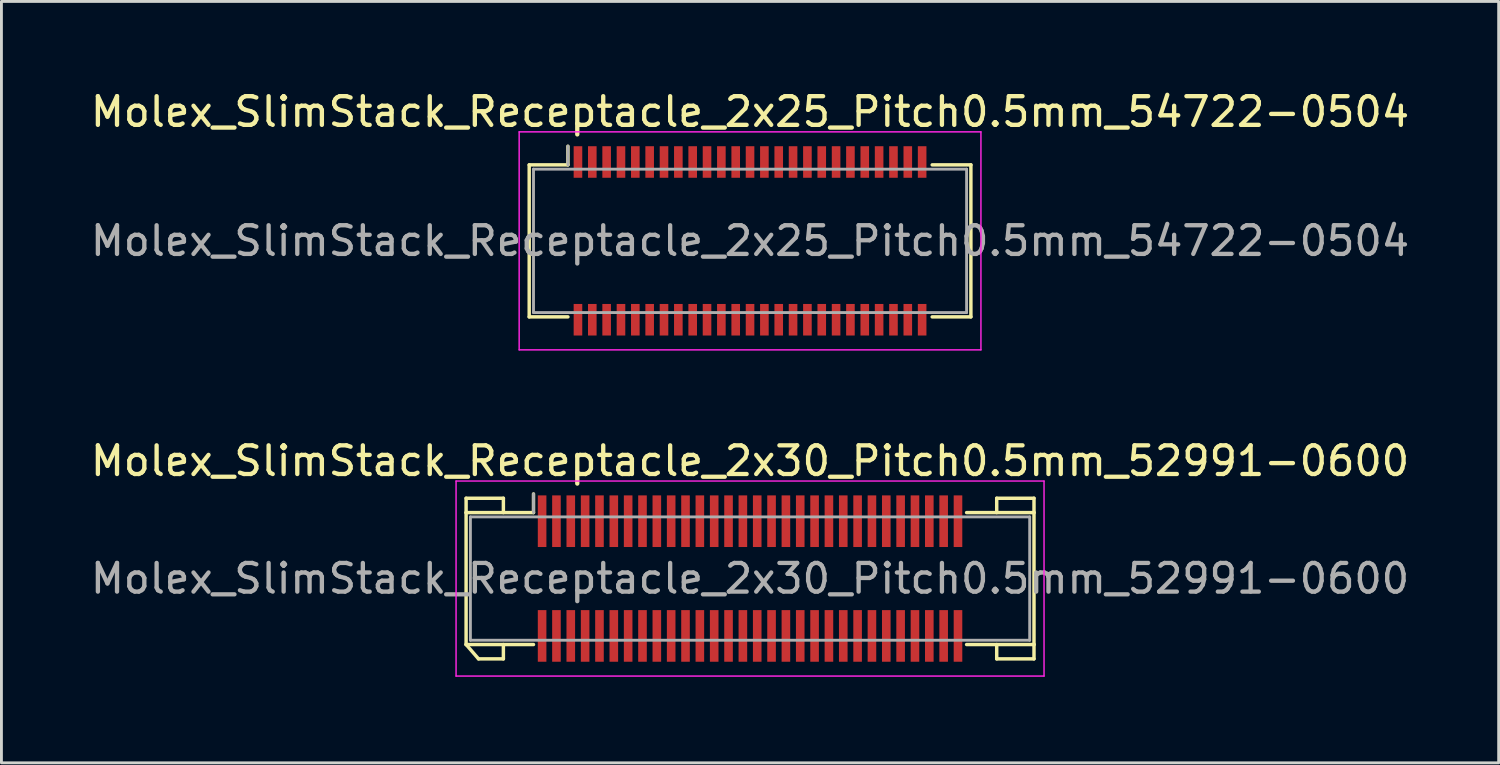
<source format=kicad_pcb>
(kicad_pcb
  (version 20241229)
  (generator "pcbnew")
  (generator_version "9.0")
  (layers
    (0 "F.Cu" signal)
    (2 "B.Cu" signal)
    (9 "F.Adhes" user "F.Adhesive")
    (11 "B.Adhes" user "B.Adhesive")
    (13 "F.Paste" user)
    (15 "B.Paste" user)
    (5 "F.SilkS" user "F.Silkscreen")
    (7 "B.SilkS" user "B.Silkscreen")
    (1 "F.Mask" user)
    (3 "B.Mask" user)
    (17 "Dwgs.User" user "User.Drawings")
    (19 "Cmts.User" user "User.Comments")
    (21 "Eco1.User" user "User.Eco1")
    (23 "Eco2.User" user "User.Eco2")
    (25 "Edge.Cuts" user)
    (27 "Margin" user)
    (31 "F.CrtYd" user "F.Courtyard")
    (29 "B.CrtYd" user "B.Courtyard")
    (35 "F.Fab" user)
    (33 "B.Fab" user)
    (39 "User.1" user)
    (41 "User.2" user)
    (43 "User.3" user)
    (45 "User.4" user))
  (footprint "Molex_SlimStack_Receptacle_2x25_Pitch0.5mm_54722-0504"
    (layer "F.Cu")
    (at 23.101 5.348)
    (property "Reference" "Molex_SlimStack_Receptacle_2x25_Pitch0.5mm_54722-0504" (at 0 -4.5 0) (layer "F.SilkS") (effects (font (size 1 1) (thickness 0.15))))
    (attr smd)
    (fp_line (start -7.7 -2.65) (end -6.35 -2.65) (stroke (width 0.12) (type solid)) (layer "F.SilkS"))
    (fp_line (start -7.7 2.65) (end -7.7 -2.65) (stroke (width 0.12) (type solid)) (layer "F.SilkS"))
    (fp_line (start -6.35 -2.65) (end -6.35 -3.3) (stroke (width 0.12) (type solid)) (layer "F.SilkS"))
    (fp_line (start -6.35 2.65) (end -7.7 2.65) (stroke (width 0.12) (type solid)) (layer "F.SilkS"))
    (fp_line (start 6.35 2.65) (end 7.7 2.65) (stroke (width 0.12) (type solid)) (layer "F.SilkS"))
    (fp_line (start 7.7 -2.65) (end 6.35 -2.65) (stroke (width 0.12) (type solid)) (layer "F.SilkS"))
    (fp_line (start 7.7 2.65) (end 7.7 -2.65) (stroke (width 0.12) (type solid)) (layer "F.SilkS"))
    (fp_line (start -8.05 -3.8) (end -8.05 3.8) (stroke (width 0.05) (type solid)) (layer "F.CrtYd"))
    (fp_line (start -8.05 3.8) (end 8.05 3.8) (stroke (width 0.05) (type solid)) (layer "F.CrtYd"))
    (fp_line (start 8.05 -3.8) (end -8.05 -3.8) (stroke (width 0.05) (type solid)) (layer "F.CrtYd"))
    (fp_line (start 8.05 3.8) (end 8.05 -3.8) (stroke (width 0.05) (type solid)) (layer "F.CrtYd"))
    (fp_line (start -7.55 -2.5) (end -7.55 2.5) (stroke (width 0.1) (type solid)) (layer "F.Fab"))
    (fp_line (start -7.55 2.5) (end 7.55 2.5) (stroke (width 0.1) (type solid)) (layer "F.Fab"))
    (fp_line (start -6.35 -2.65) (end -6.35 -3.3) (stroke (width 0.1) (type solid)) (layer "F.Fab"))
    (fp_line (start 7.55 -2.5) (end -7.55 -2.5) (stroke (width 0.1) (type solid)) (layer "F.Fab"))
    (fp_line (start 7.55 2.5) (end 7.55 -2.5) (stroke (width 0.1) (type solid)) (layer "F.Fab"))
    (fp_text user "${REFERENCE}" (at 0 0 0) (layer "F.Fab") (effects (font (size 1 1) (thickness 0.15))))
    (pad "1" smd rect (at -6 -2.75) (size 0.3 1.1) (layers "F.Cu" "F.Mask" "F.Paste"))
    (pad "2" smd rect (at -6 2.75) (size 0.3 1.1) (layers "F.Cu" "F.Mask" "F.Paste"))
    (pad "3" smd rect (at -5.5 -2.75) (size 0.3 1.1) (layers "F.Cu" "F.Mask" "F.Paste"))
    (pad "4" smd rect (at -5.5 2.75) (size 0.3 1.1) (layers "F.Cu" "F.Mask" "F.Paste"))
    (pad "5" smd rect (at -5 -2.75) (size 0.3 1.1) (layers "F.Cu" "F.Mask" "F.Paste"))
    (pad "6" smd rect (at -5 2.75) (size 0.3 1.1) (layers "F.Cu" "F.Mask" "F.Paste"))
    (pad "7" smd rect (at -4.5 -2.75) (size 0.3 1.1) (layers "F.Cu" "F.Mask" "F.Paste"))
    (pad "8" smd rect (at -4.5 2.75) (size 0.3 1.1) (layers "F.Cu" "F.Mask" "F.Paste"))
    (pad "9" smd rect (at -4 -2.75) (size 0.3 1.1) (layers "F.Cu" "F.Mask" "F.Paste"))
    (pad "10" smd rect (at -4 2.75) (size 0.3 1.1) (layers "F.Cu" "F.Mask" "F.Paste"))
    (pad "11" smd rect (at -3.5 -2.75) (size 0.3 1.1) (layers "F.Cu" "F.Mask" "F.Paste"))
    (pad "12" smd rect (at -3.5 2.75) (size 0.3 1.1) (layers "F.Cu" "F.Mask" "F.Paste"))
    (pad "13" smd rect (at -3 -2.75) (size 0.3 1.1) (layers "F.Cu" "F.Mask" "F.Paste"))
    (pad "14" smd rect (at -3 2.75) (size 0.3 1.1) (layers "F.Cu" "F.Mask" "F.Paste"))
    (pad "15" smd rect (at -2.5 -2.75) (size 0.3 1.1) (layers "F.Cu" "F.Mask" "F.Paste"))
    (pad "16" smd rect (at -2.5 2.75) (size 0.3 1.1) (layers "F.Cu" "F.Mask" "F.Paste"))
    (pad "17" smd rect (at -2 -2.75) (size 0.3 1.1) (layers "F.Cu" "F.Mask" "F.Paste"))
    (pad "18" smd rect (at -2 2.75) (size 0.3 1.1) (layers "F.Cu" "F.Mask" "F.Paste"))
    (pad "19" smd rect (at -1.5 -2.75) (size 0.3 1.1) (layers "F.Cu" "F.Mask" "F.Paste"))
    (pad "20" smd rect (at -1.5 2.75) (size 0.3 1.1) (layers "F.Cu" "F.Mask" "F.Paste"))
    (pad "21" smd rect (at -1 -2.75) (size 0.3 1.1) (layers "F.Cu" "F.Mask" "F.Paste"))
    (pad "22" smd rect (at -1 2.75) (size 0.3 1.1) (layers "F.Cu" "F.Mask" "F.Paste"))
    (pad "23" smd rect (at -0.5 -2.75) (size 0.3 1.1) (layers "F.Cu" "F.Mask" "F.Paste"))
    (pad "24" smd rect (at -0.5 2.75) (size 0.3 1.1) (layers "F.Cu" "F.Mask" "F.Paste"))
    (pad "25" smd rect (at 0 -2.75) (size 0.3 1.1) (layers "F.Cu" "F.Mask" "F.Paste"))
    (pad "26" smd rect (at 0 2.75) (size 0.3 1.1) (layers "F.Cu" "F.Mask" "F.Paste"))
    (pad "27" smd rect (at 0.5 -2.75) (size 0.3 1.1) (layers "F.Cu" "F.Mask" "F.Paste"))
    (pad "28" smd rect (at 0.5 2.75) (size 0.3 1.1) (layers "F.Cu" "F.Mask" "F.Paste"))
    (pad "29" smd rect (at 1 -2.75) (size 0.3 1.1) (layers "F.Cu" "F.Mask" "F.Paste"))
    (pad "30" smd rect (at 1 2.75) (size 0.3 1.1) (layers "F.Cu" "F.Mask" "F.Paste"))
    (pad "31" smd rect (at 1.5 -2.75) (size 0.3 1.1) (layers "F.Cu" "F.Mask" "F.Paste"))
    (pad "32" smd rect (at 1.5 2.75) (size 0.3 1.1) (layers "F.Cu" "F.Mask" "F.Paste"))
    (pad "33" smd rect (at 2 -2.75) (size 0.3 1.1) (layers "F.Cu" "F.Mask" "F.Paste"))
    (pad "34" smd rect (at 2 2.75) (size 0.3 1.1) (layers "F.Cu" "F.Mask" "F.Paste"))
    (pad "35" smd rect (at 2.5 -2.75) (size 0.3 1.1) (layers "F.Cu" "F.Mask" "F.Paste"))
    (pad "36" smd rect (at 2.5 2.75) (size 0.3 1.1) (layers "F.Cu" "F.Mask" "F.Paste"))
    (pad "37" smd rect (at 3 -2.75) (size 0.3 1.1) (layers "F.Cu" "F.Mask" "F.Paste"))
    (pad "38" smd rect (at 3 2.75) (size 0.3 1.1) (layers "F.Cu" "F.Mask" "F.Paste"))
    (pad "39" smd rect (at 3.5 -2.75) (size 0.3 1.1) (layers "F.Cu" "F.Mask" "F.Paste"))
    (pad "40" smd rect (at 3.5 2.75) (size 0.3 1.1) (layers "F.Cu" "F.Mask" "F.Paste"))
    (pad "41" smd rect (at 4 -2.75) (size 0.3 1.1) (layers "F.Cu" "F.Mask" "F.Paste"))
    (pad "42" smd rect (at 4 2.75) (size 0.3 1.1) (layers "F.Cu" "F.Mask" "F.Paste"))
    (pad "43" smd rect (at 4.5 -2.75) (size 0.3 1.1) (layers "F.Cu" "F.Mask" "F.Paste"))
    (pad "44" smd rect (at 4.5 2.75) (size 0.3 1.1) (layers "F.Cu" "F.Mask" "F.Paste"))
    (pad "45" smd rect (at 5 -2.75) (size 0.3 1.1) (layers "F.Cu" "F.Mask" "F.Paste"))
    (pad "46" smd rect (at 5 2.75) (size 0.3 1.1) (layers "F.Cu" "F.Mask" "F.Paste"))
    (pad "47" smd rect (at 5.5 -2.75) (size 0.3 1.1) (layers "F.Cu" "F.Mask" "F.Paste"))
    (pad "48" smd rect (at 5.5 2.75) (size 0.3 1.1) (layers "F.Cu" "F.Mask" "F.Paste"))
    (pad "49" smd rect (at 6 -2.75) (size 0.3 1.1) (layers "F.Cu" "F.Mask" "F.Paste"))
    (pad "50" smd rect (at 6 2.75) (size 0.3 1.1) (layers "F.Cu" "F.Mask" "F.Paste")))
  (footprint "Molex_SlimStack_Receptacle_2x30_Pitch0.5mm_52991-0600"
    (layer "F.Cu")
    (at 23.101 17.122)
    (property "Reference" "Molex_SlimStack_Receptacle_2x30_Pitch0.5mm_52991-0600" (at 0 -4.1 0) (layer "F.SilkS") (effects (font (size 1 1) (thickness 0.15))))
    (attr smd)
    (fp_line (start -9.9 -2.8) (end -8.6 -2.8) (stroke (width 0.12) (type solid)) (layer "F.SilkS"))
    (fp_line (start -9.9 -2.3) (end -9.9 -2.8) (stroke (width 0.12) (type solid)) (layer "F.SilkS"))
    (fp_line (start -9.9 -2.3) (end -7.55 -2.3) (stroke (width 0.12) (type solid)) (layer "F.SilkS"))
    (fp_line (start -9.9 2.3) (end -9.9 -2.3) (stroke (width 0.12) (type solid)) (layer "F.SilkS"))
    (fp_line (start -9.9 2.3) (end -9.467 2.8) (stroke (width 0.12) (type solid)) (layer "F.SilkS"))
    (fp_line (start -9.467 2.8) (end -8.6 2.8) (stroke (width 0.12) (type solid)) (layer "F.SilkS"))
    (fp_line (start -8.6 -2.8) (end -8.6 -2.3) (stroke (width 0.12) (type solid)) (layer "F.SilkS"))
    (fp_line (start -8.6 2.8) (end -8.6 2.3) (stroke (width 0.12) (type solid)) (layer "F.SilkS"))
    (fp_line (start -7.55 -2.3) (end -7.55 -2.95) (stroke (width 0.12) (type solid)) (layer "F.SilkS"))
    (fp_line (start -7.55 2.3) (end -9.9 2.3) (stroke (width 0.12) (type solid)) (layer "F.SilkS"))
    (fp_line (start 7.55 2.3) (end 9.9 2.3) (stroke (width 0.12) (type solid)) (layer "F.SilkS"))
    (fp_line (start 8.6 -2.8) (end 8.6 -2.3) (stroke (width 0.12) (type solid)) (layer "F.SilkS"))
    (fp_line (start 8.6 2.8) (end 8.6 2.3) (stroke (width 0.12) (type solid)) (layer "F.SilkS"))
    (fp_line (start 9.9 -2.8) (end 8.6 -2.8) (stroke (width 0.12) (type solid)) (layer "F.SilkS"))
    (fp_line (start 9.9 -2.3) (end 7.55 -2.3) (stroke (width 0.12) (type solid)) (layer "F.SilkS"))
    (fp_line (start 9.9 -2.3) (end 9.9 -2.8) (stroke (width 0.12) (type solid)) (layer "F.SilkS"))
    (fp_line (start 9.9 2.3) (end 9.9 -2.3) (stroke (width 0.12) (type solid)) (layer "F.SilkS"))
    (fp_line (start 9.9 2.3) (end 9.9 2.8) (stroke (width 0.12) (type solid)) (layer "F.SilkS"))
    (fp_line (start 9.9 2.8) (end 8.6 2.8) (stroke (width 0.12) (type solid)) (layer "F.SilkS"))
    (fp_line (start -10.25 -3.4) (end -10.25 3.4) (stroke (width 0.05) (type solid)) (layer "F.CrtYd"))
    (fp_line (start -10.25 3.4) (end 10.25 3.4) (stroke (width 0.05) (type solid)) (layer "F.CrtYd"))
    (fp_line (start 10.25 -3.4) (end -10.25 -3.4) (stroke (width 0.05) (type solid)) (layer "F.CrtYd"))
    (fp_line (start 10.25 3.4) (end 10.25 -3.4) (stroke (width 0.05) (type solid)) (layer "F.CrtYd"))
    (fp_line (start -9.75 -2.15) (end -9.75 2.15) (stroke (width 0.1) (type solid)) (layer "F.Fab"))
    (fp_line (start -9.75 2.15) (end 9.75 2.15) (stroke (width 0.1) (type solid)) (layer "F.Fab"))
    (fp_line (start -7.55 -2.3) (end -7.55 -2.95) (stroke (width 0.1) (type solid)) (layer "F.Fab"))
    (fp_line (start 9.75 -2.15) (end -9.75 -2.15) (stroke (width 0.1) (type solid)) (layer "F.Fab"))
    (fp_line (start 9.75 2.15) (end 9.75 -2.15) (stroke (width 0.1) (type solid)) (layer "F.Fab"))
    (fp_text user "${REFERENCE}" (at 0 0 0) (layer "F.Fab") (effects (font (size 1 1) (thickness 0.15))))
    (pad "1" smd rect (at -7.25 -2) (size 0.3 1.8) (layers "F.Cu" "F.Mask" "F.Paste"))
    (pad "2" smd rect (at -7.25 2) (size 0.3 1.8) (layers "F.Cu" "F.Mask" "F.Paste"))
    (pad "3" smd rect (at -6.75 -2) (size 0.3 1.8) (layers "F.Cu" "F.Mask" "F.Paste"))
    (pad "4" smd rect (at -6.75 2) (size 0.3 1.8) (layers "F.Cu" "F.Mask" "F.Paste"))
    (pad "5" smd rect (at -6.25 -2) (size 0.3 1.8) (layers "F.Cu" "F.Mask" "F.Paste"))
    (pad "6" smd rect (at -6.25 2) (size 0.3 1.8) (layers "F.Cu" "F.Mask" "F.Paste"))
    (pad "7" smd rect (at -5.75 -2) (size 0.3 1.8) (layers "F.Cu" "F.Mask" "F.Paste"))
    (pad "8" smd rect (at -5.75 2) (size 0.3 1.8) (layers "F.Cu" "F.Mask" "F.Paste"))
    (pad "9" smd rect (at -5.25 -2) (size 0.3 1.8) (layers "F.Cu" "F.Mask" "F.Paste"))
    (pad "10" smd rect (at -5.25 2) (size 0.3 1.8) (layers "F.Cu" "F.Mask" "F.Paste"))
    (pad "11" smd rect (at -4.75 -2) (size 0.3 1.8) (layers "F.Cu" "F.Mask" "F.Paste"))
    (pad "12" smd rect (at -4.75 2) (size 0.3 1.8) (layers "F.Cu" "F.Mask" "F.Paste"))
    (pad "13" smd rect (at -4.25 -2) (size 0.3 1.8) (layers "F.Cu" "F.Mask" "F.Paste"))
    (pad "14" smd rect (at -4.25 2) (size 0.3 1.8) (layers "F.Cu" "F.Mask" "F.Paste"))
    (pad "15" smd rect (at -3.75 -2) (size 0.3 1.8) (layers "F.Cu" "F.Mask" "F.Paste"))
    (pad "16" smd rect (at -3.75 2) (size 0.3 1.8) (layers "F.Cu" "F.Mask" "F.Paste"))
    (pad "17" smd rect (at -3.25 -2) (size 0.3 1.8) (layers "F.Cu" "F.Mask" "F.Paste"))
    (pad "18" smd rect (at -3.25 2) (size 0.3 1.8) (layers "F.Cu" "F.Mask" "F.Paste"))
    (pad "19" smd rect (at -2.75 -2) (size 0.3 1.8) (layers "F.Cu" "F.Mask" "F.Paste"))
    (pad "20" smd rect (at -2.75 2) (size 0.3 1.8) (layers "F.Cu" "F.Mask" "F.Paste"))
    (pad "21" smd rect (at -2.25 -2) (size 0.3 1.8) (layers "F.Cu" "F.Mask" "F.Paste"))
    (pad "22" smd rect (at -2.25 2) (size 0.3 1.8) (layers "F.Cu" "F.Mask" "F.Paste"))
    (pad "23" smd rect (at -1.75 -2) (size 0.3 1.8) (layers "F.Cu" "F.Mask" "F.Paste"))
    (pad "24" smd rect (at -1.75 2) (size 0.3 1.8) (layers "F.Cu" "F.Mask" "F.Paste"))
    (pad "25" smd rect (at -1.25 -2) (size 0.3 1.8) (layers "F.Cu" "F.Mask" "F.Paste"))
    (pad "26" smd rect (at -1.25 2) (size 0.3 1.8) (layers "F.Cu" "F.Mask" "F.Paste"))
    (pad "27" smd rect (at -0.75 -2) (size 0.3 1.8) (layers "F.Cu" "F.Mask" "F.Paste"))
    (pad "28" smd rect (at -0.75 2) (size 0.3 1.8) (layers "F.Cu" "F.Mask" "F.Paste"))
    (pad "29" smd rect (at -0.25 -2) (size 0.3 1.8) (layers "F.Cu" "F.Mask" "F.Paste"))
    (pad "30" smd rect (at -0.25 2) (size 0.3 1.8) (layers "F.Cu" "F.Mask" "F.Paste"))
    (pad "31" smd rect (at 0.25 -2) (size 0.3 1.8) (layers "F.Cu" "F.Mask" "F.Paste"))
    (pad "32" smd rect (at 0.25 2) (size 0.3 1.8) (layers "F.Cu" "F.Mask" "F.Paste"))
    (pad "33" smd rect (at 0.75 -2) (size 0.3 1.8) (layers "F.Cu" "F.Mask" "F.Paste"))
    (pad "34" smd rect (at 0.75 2) (size 0.3 1.8) (layers "F.Cu" "F.Mask" "F.Paste"))
    (pad "35" smd rect (at 1.25 -2) (size 0.3 1.8) (layers "F.Cu" "F.Mask" "F.Paste"))
    (pad "36" smd rect (at 1.25 2) (size 0.3 1.8) (layers "F.Cu" "F.Mask" "F.Paste"))
    (pad "37" smd rect (at 1.75 -2) (size 0.3 1.8) (layers "F.Cu" "F.Mask" "F.Paste"))
    (pad "38" smd rect (at 1.75 2) (size 0.3 1.8) (layers "F.Cu" "F.Mask" "F.Paste"))
    (pad "39" smd rect (at 2.25 -2) (size 0.3 1.8) (layers "F.Cu" "F.Mask" "F.Paste"))
    (pad "40" smd rect (at 2.25 2) (size 0.3 1.8) (layers "F.Cu" "F.Mask" "F.Paste"))
    (pad "41" smd rect (at 2.75 -2) (size 0.3 1.8) (layers "F.Cu" "F.Mask" "F.Paste"))
    (pad "42" smd rect (at 2.75 2) (size 0.3 1.8) (layers "F.Cu" "F.Mask" "F.Paste"))
    (pad "43" smd rect (at 3.25 -2) (size 0.3 1.8) (layers "F.Cu" "F.Mask" "F.Paste"))
    (pad "44" smd rect (at 3.25 2) (size 0.3 1.8) (layers "F.Cu" "F.Mask" "F.Paste"))
    (pad "45" smd rect (at 3.75 -2) (size 0.3 1.8) (layers "F.Cu" "F.Mask" "F.Paste"))
    (pad "46" smd rect (at 3.75 2) (size 0.3 1.8) (layers "F.Cu" "F.Mask" "F.Paste"))
    (pad "47" smd rect (at 4.25 -2) (size 0.3 1.8) (layers "F.Cu" "F.Mask" "F.Paste"))
    (pad "48" smd rect (at 4.25 2) (size 0.3 1.8) (layers "F.Cu" "F.Mask" "F.Paste"))
    (pad "49" smd rect (at 4.75 -2) (size 0.3 1.8) (layers "F.Cu" "F.Mask" "F.Paste"))
    (pad "50" smd rect (at 4.75 2) (size 0.3 1.8) (layers "F.Cu" "F.Mask" "F.Paste"))
    (pad "51" smd rect (at 5.25 -2) (size 0.3 1.8) (layers "F.Cu" "F.Mask" "F.Paste"))
    (pad "52" smd rect (at 5.25 2) (size 0.3 1.8) (layers "F.Cu" "F.Mask" "F.Paste"))
    (pad "53" smd rect (at 5.75 -2) (size 0.3 1.8) (layers "F.Cu" "F.Mask" "F.Paste"))
    (pad "54" smd rect (at 5.75 2) (size 0.3 1.8) (layers "F.Cu" "F.Mask" "F.Paste"))
    (pad "55" smd rect (at 6.25 -2) (size 0.3 1.8) (layers "F.Cu" "F.Mask" "F.Paste"))
    (pad "56" smd rect (at 6.25 2) (size 0.3 1.8) (layers "F.Cu" "F.Mask" "F.Paste"))
    (pad "57" smd rect (at 6.75 -2) (size 0.3 1.8) (layers "F.Cu" "F.Mask" "F.Paste"))
    (pad "58" smd rect (at 6.75 2) (size 0.3 1.8) (layers "F.Cu" "F.Mask" "F.Paste"))
    (pad "59" smd rect (at 7.25 -2) (size 0.3 1.8) (layers "F.Cu" "F.Mask" "F.Paste"))
    (pad "60" smd rect (at 7.25 2) (size 0.3 1.8) (layers "F.Cu" "F.Mask" "F.Paste")))
  (gr_rect
    (start -3 -3)
    (end 49.202 23.547)
    (stroke (width 0.1) (type default))
    (fill no)
    (layer "Edge.Cuts")))
</source>
